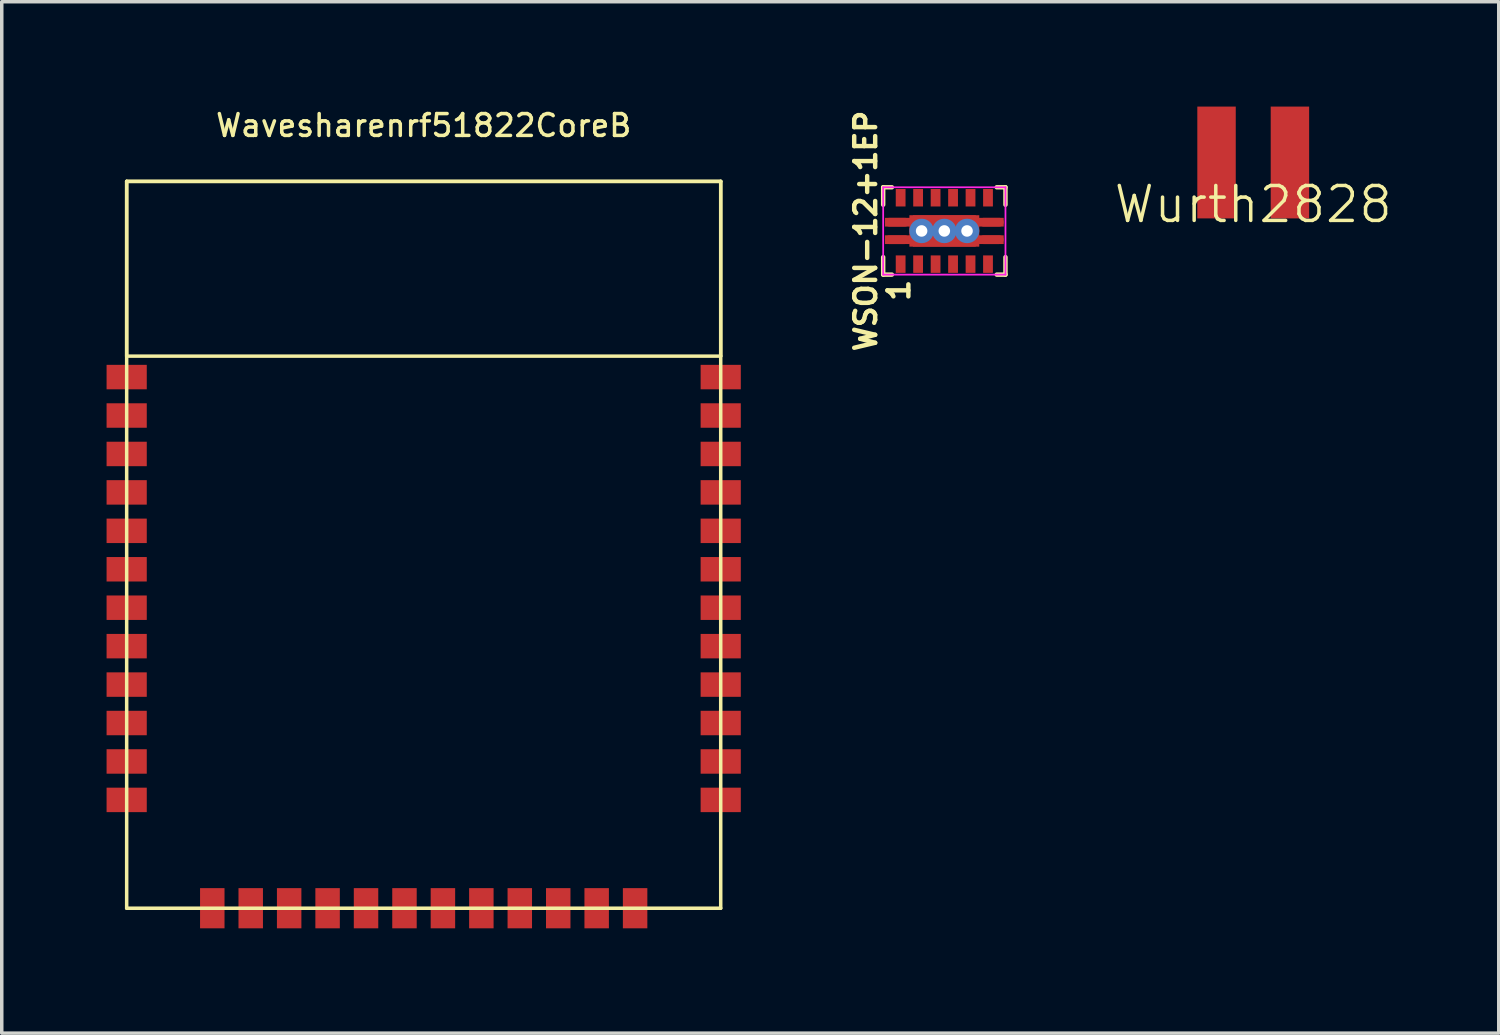
<source format=kicad_pcb>
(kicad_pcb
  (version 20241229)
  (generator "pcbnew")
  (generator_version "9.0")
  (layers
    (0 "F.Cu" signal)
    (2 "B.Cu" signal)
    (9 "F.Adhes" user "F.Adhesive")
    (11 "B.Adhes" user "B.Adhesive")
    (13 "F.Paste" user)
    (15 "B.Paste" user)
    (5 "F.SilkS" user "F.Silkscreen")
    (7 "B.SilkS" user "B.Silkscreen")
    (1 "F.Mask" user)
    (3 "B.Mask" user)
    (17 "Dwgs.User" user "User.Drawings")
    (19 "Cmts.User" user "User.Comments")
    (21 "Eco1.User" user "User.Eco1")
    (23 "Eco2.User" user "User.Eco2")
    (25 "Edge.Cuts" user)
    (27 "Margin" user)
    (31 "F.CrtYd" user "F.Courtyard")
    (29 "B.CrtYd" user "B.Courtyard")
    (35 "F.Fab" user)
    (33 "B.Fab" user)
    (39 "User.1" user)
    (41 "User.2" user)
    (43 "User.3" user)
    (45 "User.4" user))
  (footprint "Wavesharenrf51822CoreB"
    (layer "F.Cu")
    (at 9.075 12.541)
    (property "Reference" "Wavesharenrf51822CoreB" (at 0 -12 0) (layer "F.SilkS") (effects (font (size 0.625 0.625) (thickness 0.1))))
    (attr through_hole)
    (fp_line (start -8.5 -10.4) (end -8.5 -5.4) (stroke (width 0.1) (type solid)) (layer "F.SilkS"))
    (fp_line (start -8.5 -10.4) (end -8.5 10.4) (stroke (width 0.1) (type solid)) (layer "F.SilkS"))
    (fp_line (start -8.5 -5.4) (end 8.5 -5.4) (stroke (width 0.1) (type solid)) (layer "F.SilkS"))
    (fp_line (start -8.5 10.4) (end 8.5 10.4) (stroke (width 0.1) (type solid)) (layer "F.SilkS"))
    (fp_line (start 8.5 -10.4) (end -8.5 -10.4) (stroke (width 0.1) (type solid)) (layer "F.SilkS"))
    (fp_line (start 8.5 -10.4) (end -8.5 -10.4) (stroke (width 0.1) (type solid)) (layer "F.SilkS"))
    (fp_line (start 8.5 -5.4) (end 8.5 -10.4) (stroke (width 0.1) (type solid)) (layer "F.SilkS"))
    (fp_line (start 8.5 10.4) (end 8.5 -10.4) (stroke (width 0.1) (type solid)) (layer "F.SilkS"))
    (pad "1" smd rect (at -8.5 -4.8 180) (size 1.15 0.7) (layers "F.Cu" "F.Mask" "F.Paste"))
    (pad "2" smd rect (at -8.5 -3.7 180) (size 1.15 0.7) (layers "F.Cu" "F.Mask" "F.Paste"))
    (pad "3" smd rect (at -8.5 -2.6 180) (size 1.15 0.7) (layers "F.Cu" "F.Mask" "F.Paste"))
    (pad "4" smd rect (at -8.5 -1.5 180) (size 1.15 0.7) (layers "F.Cu" "F.Mask" "F.Paste"))
    (pad "5" smd rect (at -8.5 -0.4 180) (size 1.15 0.7) (layers "F.Cu" "F.Mask" "F.Paste"))
    (pad "6" smd rect (at -8.5 0.7 180) (size 1.15 0.7) (layers "F.Cu" "F.Mask" "F.Paste"))
    (pad "7" smd rect (at -8.5 1.8 180) (size 1.15 0.7) (layers "F.Cu" "F.Mask" "F.Paste"))
    (pad "8" smd rect (at -8.5 2.9 180) (size 1.15 0.7) (layers "F.Cu" "F.Mask" "F.Paste"))
    (pad "9" smd rect (at -8.5 4 180) (size 1.15 0.7) (layers "F.Cu" "F.Mask" "F.Paste"))
    (pad "10" smd rect (at -8.5 5.1 180) (size 1.15 0.7) (layers "F.Cu" "F.Mask" "F.Paste"))
    (pad "11" smd rect (at -8.5 6.2 180) (size 1.15 0.7) (layers "F.Cu" "F.Mask" "F.Paste"))
    (pad "12" smd rect (at -8.5 7.3 180) (size 1.15 0.7) (layers "F.Cu" "F.Mask" "F.Paste"))
    (pad "13" smd rect (at 8.5 7.3) (size 1.15 0.7) (layers "F.Cu" "F.Mask" "F.Paste"))
    (pad "14" smd rect (at 8.5 6.2) (size 1.15 0.7) (layers "F.Cu" "F.Mask" "F.Paste"))
    (pad "15" smd rect (at 8.5 5.1) (size 1.15 0.7) (layers "F.Cu" "F.Mask" "F.Paste"))
    (pad "16" smd rect (at 8.5 4) (size 1.15 0.7) (layers "F.Cu" "F.Mask" "F.Paste"))
    (pad "17" smd rect (at 8.5 2.9) (size 1.15 0.7) (layers "F.Cu" "F.Mask" "F.Paste"))
    (pad "18" smd rect (at 8.5 1.8) (size 1.15 0.7) (layers "F.Cu" "F.Mask" "F.Paste"))
    (pad "19" smd rect (at 8.5 0.7) (size 1.15 0.7) (layers "F.Cu" "F.Mask" "F.Paste"))
    (pad "20" smd rect (at 8.5 -0.4) (size 1.15 0.7) (layers "F.Cu" "F.Mask" "F.Paste"))
    (pad "21" smd rect (at 8.5 -1.5) (size 1.15 0.7) (layers "F.Cu" "F.Mask" "F.Paste"))
    (pad "22" smd rect (at 8.5 -2.6) (size 1.15 0.7) (layers "F.Cu" "F.Mask" "F.Paste"))
    (pad "23" smd rect (at 8.5 -3.7) (size 1.15 0.7) (layers "F.Cu" "F.Mask" "F.Paste"))
    (pad "24" smd rect (at 8.5 -4.8) (size 1.15 0.7) (layers "F.Cu" "F.Mask" "F.Paste"))
    (pad "25" smd rect (at -6.05 10.4 270) (size 1.15 0.7) (layers "F.Cu" "F.Mask" "F.Paste"))
    (pad "26" smd rect (at -4.95 10.4 270) (size 1.15 0.7) (layers "F.Cu" "F.Mask" "F.Paste"))
    (pad "27" smd rect (at -3.85 10.4 270) (size 1.15 0.7) (layers "F.Cu" "F.Mask" "F.Paste"))
    (pad "28" smd rect (at -2.75 10.4 270) (size 1.15 0.7) (layers "F.Cu" "F.Mask" "F.Paste"))
    (pad "29" smd rect (at -1.65 10.4 270) (size 1.15 0.7) (layers "F.Cu" "F.Mask" "F.Paste"))
    (pad "30" smd rect (at -0.55 10.4 270) (size 1.15 0.7) (layers "F.Cu" "F.Mask" "F.Paste"))
    (pad "31" smd rect (at 0.55 10.4 270) (size 1.15 0.7) (layers "F.Cu" "F.Mask" "F.Paste"))
    (pad "32" smd rect (at 1.65 10.4 270) (size 1.15 0.7) (layers "F.Cu" "F.Mask" "F.Paste"))
    (pad "33" smd rect (at 2.75 10.4 270) (size 1.15 0.7) (layers "F.Cu" "F.Mask" "F.Paste"))
    (pad "34" smd rect (at 3.85 10.4 270) (size 1.15 0.7) (layers "F.Cu" "F.Mask" "F.Paste"))
    (pad "35" smd rect (at 4.95 10.4 270) (size 1.15 0.7) (layers "F.Cu" "F.Mask" "F.Paste"))
    (pad "36" smd rect (at 6.05 10.4 270) (size 1.15 0.7) (layers "F.Cu" "F.Mask" "F.Paste")))
  (footprint "WSON-12+1EP"
    (layer "F.Cu")
    (at 23.974 3.559)
    (property "Reference" "WSON-12+1EP" (at -2.25 0 90) (layer "F.SilkS") (effects (font (size 0.6 0.6) (thickness 0.127))))
    (attr smd)
    (fp_line (start -1.75 -1.25) (end -1.75 -0.75) (stroke (width 0.127) (type solid)) (layer "F.SilkS"))
    (fp_line (start -1.75 1.25) (end -1.75 0.75) (stroke (width 0.127) (type solid)) (layer "F.SilkS"))
    (fp_line (start -1.5 -1.25) (end -1.75 -1.25) (stroke (width 0.127) (type solid)) (layer "F.SilkS"))
    (fp_line (start -1.5 1.25) (end -1.75 1.25) (stroke (width 0.127) (type solid)) (layer "F.SilkS"))
    (fp_line (start 1.5 -1.25) (end 1.75 -1.25) (stroke (width 0.127) (type solid)) (layer "F.SilkS"))
    (fp_line (start 1.75 -1.25) (end 1.75 -0.75) (stroke (width 0.127) (type solid)) (layer "F.SilkS"))
    (fp_line (start 1.75 0.75) (end 1.75 1.25) (stroke (width 0.127) (type solid)) (layer "F.SilkS"))
    (fp_line (start 1.75 1.25) (end 1.5 1.25) (stroke (width 0.127) (type solid)) (layer "F.SilkS"))
    (fp_line (start -1.75 -1.25) (end 1.75 -1.25) (stroke (width 0.05) (type solid)) (layer "F.CrtYd"))
    (fp_line (start -1.75 1.25) (end -1.75 -1.25) (stroke (width 0.05) (type solid)) (layer "F.CrtYd"))
    (fp_line (start 1.75 -1.25) (end 1.75 1.25) (stroke (width 0.05) (type solid)) (layer "F.CrtYd"))
    (fp_line (start 1.75 1.25) (end -1.75 1.25) (stroke (width 0.05) (type solid)) (layer "F.CrtYd"))
    (fp_text user "1" (at -1.3 1.7 90) (layer "F.SilkS") (effects (font (size 0.6 0.6) (thickness 0.127))))
    (pad "1" smd rect (at -1.25 0.95) (size 0.28 0.5) (layers "F.Cu" "F.Mask" "F.Paste"))
    (pad "2" smd rect (at -0.75 0.95) (size 0.28 0.5) (layers "F.Cu" "F.Mask" "F.Paste"))
    (pad "3" smd rect (at -0.25 0.95) (size 0.28 0.5) (layers "F.Cu" "F.Mask" "F.Paste"))
    (pad "4" smd rect (at 0.25 0.95) (size 0.28 0.5) (layers "F.Cu" "F.Mask" "F.Paste"))
    (pad "5" smd rect (at 0.75 0.95) (size 0.28 0.5) (layers "F.Cu" "F.Mask" "F.Paste"))
    (pad "6" smd rect (at 1.25 0.95) (size 0.28 0.5) (layers "F.Cu" "F.Mask" "F.Paste"))
    (pad "7" smd rect (at 1.25 -0.95) (size 0.28 0.5) (layers "F.Cu" "F.Mask" "F.Paste"))
    (pad "8" smd rect (at 0.75 -0.95) (size 0.28 0.5) (layers "F.Cu" "F.Mask" "F.Paste"))
    (pad "9" smd rect (at 0.25 -0.95) (size 0.28 0.5) (layers "F.Cu" "F.Mask" "F.Paste"))
    (pad "10" smd rect (at -0.25 -0.95) (size 0.28 0.5) (layers "F.Cu" "F.Mask" "F.Paste"))
    (pad "11" smd rect (at -0.75 -0.95) (size 0.28 0.5) (layers "F.Cu" "F.Mask" "F.Paste"))
    (pad "12" smd rect (at -1.25 -0.95) (size 0.28 0.5) (layers "F.Cu" "F.Mask" "F.Paste"))
    (pad "13" smd oval (at -1.35 -0.25) (size 0.7 0.25) (layers "F.Cu" "F.Mask" "F.Paste"))
    (pad "13" smd oval (at -1.35 0.25) (size 0.7 0.25) (layers "F.Cu" "F.Mask" "F.Paste"))
    (pad "13" thru_hole circle (at -0.65 0) (size 0.7 0.7) (drill 0.33) (layers "*.Cu" "F.Mask"))
    (pad "13" smd rect (at 0 -0.25) (size 3.4 0.25) (layers "F.Cu" "F.Mask"))
    (pad "13" thru_hole circle (at 0 0) (size 0.7 0.7) (drill 0.33) (layers "*.Cu" "F.Mask"))
    (pad "13" smd rect (at 0 0) (size 1.8 0.9) (layers "F.Cu" "F.Mask" "F.Paste"))
    (pad "13" smd rect (at 0 0) (size 2 0.9) (layers "F.Cu" "F.Mask"))
    (pad "13" smd rect (at 0 0.25) (size 3.4 0.25) (layers "F.Cu" "F.Mask"))
    (pad "13" thru_hole circle (at 0.65 0) (size 0.7 0.7) (drill 0.33) (layers "*.Cu" "F.Mask"))
    (pad "13" smd oval (at 1.35 -0.25) (size 0.7 0.25) (layers "F.Cu" "F.Mask" "F.Paste"))
    (pad "13" smd oval (at 1.35 0.25) (size 0.7 0.25) (layers "F.Cu" "F.Mask" "F.Paste")))
  (footprint "Wurth2828"
    (layer "F.Cu")
    (at 32.814 1.6)
    (property "Reference" "Wurth2828" (at 0 1.2 0) (layer "F.SilkS") (effects (font (size 1 1) (thickness 0.1))))
    (attr through_hole)
    (pad "1" smd rect (at 1.05 0) (size 1.1 3.2) (layers "F.Cu" "F.Mask" "F.Paste"))
    (pad "2" smd rect (at -1.05 0) (size 1.1 3.2) (layers "F.Cu" "F.Mask" "F.Paste")))
  (gr_rect
    (start -3 -3)
    (end 39.84 26.516)
    (stroke (width 0.1) (type default))
    (fill no)
    (layer "Edge.Cuts")))
</source>
